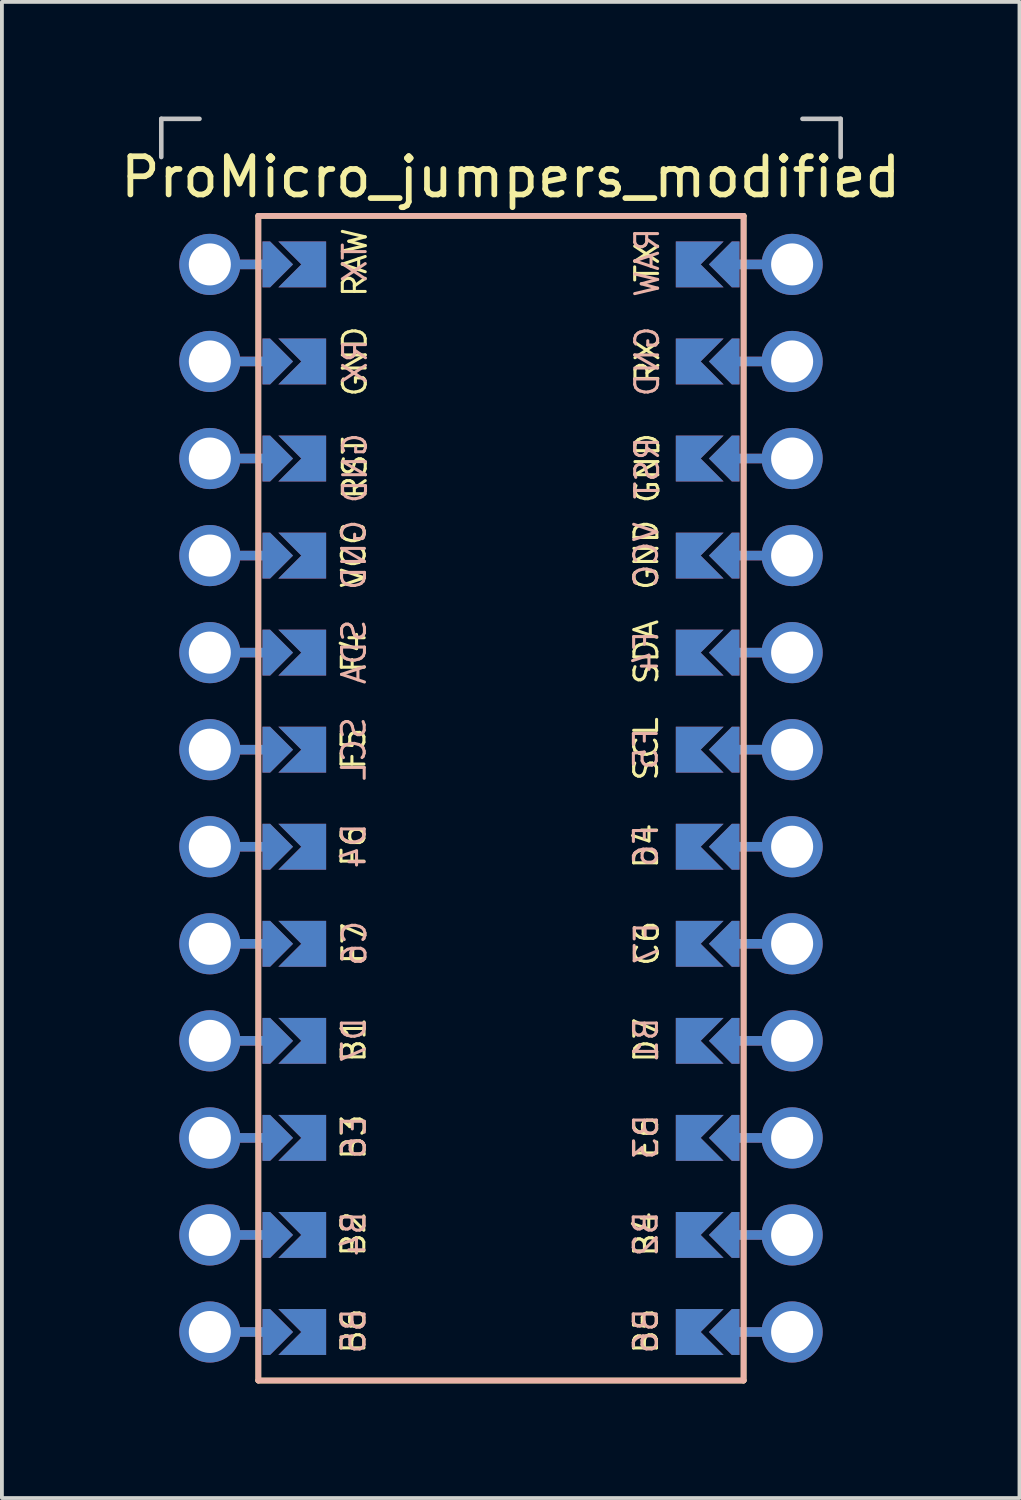
<source format=kicad_pcb>
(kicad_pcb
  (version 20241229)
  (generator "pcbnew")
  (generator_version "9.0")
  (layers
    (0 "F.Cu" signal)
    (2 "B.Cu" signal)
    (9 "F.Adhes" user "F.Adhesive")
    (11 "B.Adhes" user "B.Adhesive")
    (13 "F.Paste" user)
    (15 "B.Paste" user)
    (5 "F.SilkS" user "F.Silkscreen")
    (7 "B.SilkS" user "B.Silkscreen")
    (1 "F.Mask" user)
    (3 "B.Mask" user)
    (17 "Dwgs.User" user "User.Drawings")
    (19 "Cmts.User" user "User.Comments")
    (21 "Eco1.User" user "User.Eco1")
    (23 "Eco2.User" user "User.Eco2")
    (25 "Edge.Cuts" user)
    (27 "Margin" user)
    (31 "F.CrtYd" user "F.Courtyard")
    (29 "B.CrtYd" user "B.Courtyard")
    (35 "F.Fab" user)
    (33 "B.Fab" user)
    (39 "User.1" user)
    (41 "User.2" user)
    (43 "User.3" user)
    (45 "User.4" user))
  (footprint "ProMicro_jumpers_modified"
    (layer "F.Cu")
    (at 10.061 17.84)
    (property "Reference" "ProMicro_jumpers_modified" (at 0.254 -16.256 0) (layer "F.SilkS") (effects (font (size 1 1) (thickness 0.15))))
    (fp_poly (pts (xy -5.08 -14.478) (xy -5.08 -13.462) (xy -6.096 -13.462) (xy -6.096 -14.478)) (stroke (width 0.1) (type solid)) (fill yes) (layer "F.Mask"))
    (fp_poly (pts (xy -5.08 -11.938) (xy -5.08 -10.922) (xy -6.096 -10.922) (xy -6.096 -11.938)) (stroke (width 0.1) (type solid)) (fill yes) (layer "F.Mask"))
    (fp_poly (pts (xy -5.08 -9.398) (xy -5.08 -8.382) (xy -6.096 -8.382) (xy -6.096 -9.398)) (stroke (width 0.1) (type solid)) (fill yes) (layer "F.Mask"))
    (fp_poly (pts (xy -5.08 -6.858) (xy -5.08 -5.842) (xy -6.096 -5.842) (xy -6.096 -6.858)) (stroke (width 0.1) (type solid)) (fill yes) (layer "F.Mask"))
    (fp_poly (pts (xy -5.08 -4.318) (xy -5.08 -3.302) (xy -6.096 -3.302) (xy -6.096 -4.318)) (stroke (width 0.1) (type solid)) (fill yes) (layer "F.Mask"))
    (fp_poly (pts (xy -5.08 -1.778) (xy -5.08 -0.762) (xy -6.096 -0.762) (xy -6.096 -1.778)) (stroke (width 0.1) (type solid)) (fill yes) (layer "F.Mask"))
    (fp_poly (pts (xy -5.08 0.762) (xy -5.08 1.778) (xy -6.096 1.778) (xy -6.096 0.762)) (stroke (width 0.1) (type solid)) (fill yes) (layer "F.Mask"))
    (fp_poly (pts (xy -5.08 3.302) (xy -5.08 4.318) (xy -6.096 4.318) (xy -6.096 3.302)) (stroke (width 0.1) (type solid)) (fill yes) (layer "F.Mask"))
    (fp_poly (pts (xy -5.08 5.842) (xy -5.08 6.858) (xy -6.096 6.858) (xy -6.096 5.842)) (stroke (width 0.1) (type solid)) (fill yes) (layer "F.Mask"))
    (fp_poly (pts (xy -5.08 8.382) (xy -5.08 9.398) (xy -6.096 9.398) (xy -6.096 8.382)) (stroke (width 0.1) (type solid)) (fill yes) (layer "F.Mask"))
    (fp_poly (pts (xy -5.08 10.922) (xy -5.08 11.938) (xy -6.096 11.938) (xy -6.096 10.922)) (stroke (width 0.1) (type solid)) (fill yes) (layer "F.Mask"))
    (fp_poly (pts (xy -5.08 13.462) (xy -5.08 14.478) (xy -6.096 14.478) (xy -6.096 13.462)) (stroke (width 0.1) (type solid)) (fill yes) (layer "F.Mask"))
    (fp_poly (pts (xy 5.08 -13.462) (xy 5.08 -14.478) (xy 6.096 -14.478) (xy 6.096 -13.462)) (stroke (width 0.1) (type solid)) (fill yes) (layer "F.Mask"))
    (fp_poly (pts (xy 5.08 -10.922) (xy 5.08 -11.938) (xy 6.096 -11.938) (xy 6.096 -10.922)) (stroke (width 0.1) (type solid)) (fill yes) (layer "F.Mask"))
    (fp_poly (pts (xy 5.08 -8.382) (xy 5.08 -9.398) (xy 6.096 -9.398) (xy 6.096 -8.382)) (stroke (width 0.1) (type solid)) (fill yes) (layer "F.Mask"))
    (fp_poly (pts (xy 5.08 -5.842) (xy 5.08 -6.858) (xy 6.096 -6.858) (xy 6.096 -5.842)) (stroke (width 0.1) (type solid)) (fill yes) (layer "F.Mask"))
    (fp_poly (pts (xy 5.08 -3.302) (xy 5.08 -4.318) (xy 6.096 -4.318) (xy 6.096 -3.302)) (stroke (width 0.1) (type solid)) (fill yes) (layer "F.Mask"))
    (fp_poly (pts (xy 5.08 -0.762) (xy 5.08 -1.778) (xy 6.096 -1.778) (xy 6.096 -0.762)) (stroke (width 0.1) (type solid)) (fill yes) (layer "F.Mask"))
    (fp_poly (pts (xy 5.08 1.778) (xy 5.08 0.762) (xy 6.096 0.762) (xy 6.096 1.778)) (stroke (width 0.1) (type solid)) (fill yes) (layer "F.Mask"))
    (fp_poly (pts (xy 5.08 4.318) (xy 5.08 3.302) (xy 6.096 3.302) (xy 6.096 4.318)) (stroke (width 0.1) (type solid)) (fill yes) (layer "F.Mask"))
    (fp_poly (pts (xy 5.08 6.858) (xy 5.08 5.842) (xy 6.096 5.842) (xy 6.096 6.858)) (stroke (width 0.1) (type solid)) (fill yes) (layer "F.Mask"))
    (fp_poly (pts (xy 5.08 9.398) (xy 5.08 8.382) (xy 6.096 8.382) (xy 6.096 9.398)) (stroke (width 0.1) (type solid)) (fill yes) (layer "F.Mask"))
    (fp_poly (pts (xy 5.08 11.938) (xy 5.08 10.922) (xy 6.096 10.922) (xy 6.096 11.938)) (stroke (width 0.1) (type solid)) (fill yes) (layer "F.Mask"))
    (fp_poly (pts (xy 5.08 14.478) (xy 5.08 13.462) (xy 6.096 13.462) (xy 6.096 14.478)) (stroke (width 0.1) (type solid)) (fill yes) (layer "F.Mask"))
    (fp_poly (pts (xy -5.08 -14.478) (xy -5.08 -13.462) (xy -6.096 -13.462) (xy -6.096 -14.478)) (stroke (width 0.1) (type solid)) (fill yes) (layer "B.Mask"))
    (fp_poly (pts (xy -5.08 -11.938) (xy -5.08 -10.922) (xy -6.096 -10.922) (xy -6.096 -11.938)) (stroke (width 0.1) (type solid)) (fill yes) (layer "B.Mask"))
    (fp_poly (pts (xy -5.08 -9.398) (xy -5.08 -8.382) (xy -6.096 -8.382) (xy -6.096 -9.398)) (stroke (width 0.1) (type solid)) (fill yes) (layer "B.Mask"))
    (fp_poly (pts (xy -5.08 -6.858) (xy -5.08 -5.842) (xy -6.096 -5.842) (xy -6.096 -6.858)) (stroke (width 0.1) (type solid)) (fill yes) (layer "B.Mask"))
    (fp_poly (pts (xy -5.08 -4.318) (xy -5.08 -3.302) (xy -6.096 -3.302) (xy -6.096 -4.318)) (stroke (width 0.1) (type solid)) (fill yes) (layer "B.Mask"))
    (fp_poly (pts (xy -5.08 -1.778) (xy -5.08 -0.762) (xy -6.096 -0.762) (xy -6.096 -1.778)) (stroke (width 0.1) (type solid)) (fill yes) (layer "B.Mask"))
    (fp_poly (pts (xy -5.08 0.762) (xy -5.08 1.778) (xy -6.096 1.778) (xy -6.096 0.762)) (stroke (width 0.1) (type solid)) (fill yes) (layer "B.Mask"))
    (fp_poly (pts (xy -5.08 3.302) (xy -5.08 4.318) (xy -6.096 4.318) (xy -6.096 3.302)) (stroke (width 0.1) (type solid)) (fill yes) (layer "B.Mask"))
    (fp_poly (pts (xy -5.08 5.842) (xy -5.08 6.858) (xy -6.096 6.858) (xy -6.096 5.842)) (stroke (width 0.1) (type solid)) (fill yes) (layer "B.Mask"))
    (fp_poly (pts (xy -5.08 8.382) (xy -5.08 9.398) (xy -6.096 9.398) (xy -6.096 8.382)) (stroke (width 0.1) (type solid)) (fill yes) (layer "B.Mask"))
    (fp_poly (pts (xy -5.08 10.922) (xy -5.08 11.938) (xy -6.096 11.938) (xy -6.096 10.922)) (stroke (width 0.1) (type solid)) (fill yes) (layer "B.Mask"))
    (fp_poly (pts (xy -5.08 13.462) (xy -5.08 14.478) (xy -6.096 14.478) (xy -6.096 13.462)) (stroke (width 0.1) (type solid)) (fill yes) (layer "B.Mask"))
    (fp_poly (pts (xy 5.08 -13.462) (xy 5.08 -14.478) (xy 6.096 -14.478) (xy 6.096 -13.462)) (stroke (width 0.1) (type solid)) (fill yes) (layer "B.Mask"))
    (fp_poly (pts (xy 5.08 -10.922) (xy 5.08 -11.938) (xy 6.096 -11.938) (xy 6.096 -10.922)) (stroke (width 0.1) (type solid)) (fill yes) (layer "B.Mask"))
    (fp_poly (pts (xy 5.08 -8.382) (xy 5.08 -9.398) (xy 6.096 -9.398) (xy 6.096 -8.382)) (stroke (width 0.1) (type solid)) (fill yes) (layer "B.Mask"))
    (fp_poly (pts (xy 5.08 -5.842) (xy 5.08 -6.858) (xy 6.096 -6.858) (xy 6.096 -5.842)) (stroke (width 0.1) (type solid)) (fill yes) (layer "B.Mask"))
    (fp_poly (pts (xy 5.08 -3.302) (xy 5.08 -4.318) (xy 6.096 -4.318) (xy 6.096 -3.302)) (stroke (width 0.1) (type solid)) (fill yes) (layer "B.Mask"))
    (fp_poly (pts (xy 5.08 -0.762) (xy 5.08 -1.778) (xy 6.096 -1.778) (xy 6.096 -0.762)) (stroke (width 0.1) (type solid)) (fill yes) (layer "B.Mask"))
    (fp_poly (pts (xy 5.08 1.778) (xy 5.08 0.762) (xy 6.096 0.762) (xy 6.096 1.778)) (stroke (width 0.1) (type solid)) (fill yes) (layer "B.Mask"))
    (fp_poly (pts (xy 5.08 4.318) (xy 5.08 3.302) (xy 6.096 3.302) (xy 6.096 4.318)) (stroke (width 0.1) (type solid)) (fill yes) (layer "B.Mask"))
    (fp_poly (pts (xy 5.08 6.858) (xy 5.08 5.842) (xy 6.096 5.842) (xy 6.096 6.858)) (stroke (width 0.1) (type solid)) (fill yes) (layer "B.Mask"))
    (fp_poly (pts (xy 5.08 9.398) (xy 5.08 8.382) (xy 6.096 8.382) (xy 6.096 9.398)) (stroke (width 0.1) (type solid)) (fill yes) (layer "B.Mask"))
    (fp_poly (pts (xy 5.08 11.938) (xy 5.08 10.922) (xy 6.096 10.922) (xy 6.096 11.938)) (stroke (width 0.1) (type solid)) (fill yes) (layer "B.Mask"))
    (fp_poly (pts (xy 5.08 14.478) (xy 5.08 13.462) (xy 6.096 13.462) (xy 6.096 14.478)) (stroke (width 0.1) (type solid)) (fill yes) (layer "B.Mask"))
    (fp_line (start -6.35 -15.24) (end -6.35 15.24) (stroke (width 0.15) (type solid)) (layer "F.SilkS"))
    (fp_line (start -6.35 -15.24) (end 6.35 -15.24) (stroke (width 0.15) (type default)) (layer "F.SilkS"))
    (fp_line (start 6.35 -15.24) (end 6.35 15.24) (stroke (width 0.15) (type solid)) (layer "F.SilkS"))
    (fp_line (start 6.35 15.24) (end -6.35 15.24) (stroke (width 0.15) (type default)) (layer "F.SilkS"))
    (fp_line (start -6.35 -15.24) (end -6.35 15.24) (stroke (width 0.15) (type solid)) (layer "B.SilkS"))
    (fp_line (start -6.35 15.24) (end 6.35 15.24) (stroke (width 0.15) (type default)) (layer "B.SilkS"))
    (fp_line (start 6.35 -15.24) (end -6.35 -15.24) (stroke (width 0.15) (type default)) (layer "B.SilkS"))
    (fp_line (start 6.35 -15.24) (end 6.35 15.24) (stroke (width 0.15) (type solid)) (layer "B.SilkS"))
    (fp_line (start -8.89 -17.78) (end -8.89 -16.78) (stroke (width 0.12) (type solid)) (layer "Dwgs.User"))
    (fp_line (start -8.89 -17.78) (end -7.89 -17.78) (stroke (width 0.12) (type solid)) (layer "Dwgs.User"))
    (fp_line (start 8.89 -17.78) (end 7.89 -17.78) (stroke (width 0.12) (type solid)) (layer "Dwgs.User"))
    (fp_line (start 8.89 -17.78) (end 8.89 -16.78) (stroke (width 0.12) (type solid)) (layer "Dwgs.User"))
    (fp_text user "SDA" (at 3.806 -3.827 90) (layer "F.SilkS") (effects (font (size 0.6 0.6) (thickness 0.08))))
    (fp_text user "C6" (at 3.82 3.798 90) (layer "F.SilkS") (effects (font (size 0.6 0.6) (thickness 0.08))))
    (fp_text user "B6" (at -3.864 13.942 90) (layer "F.SilkS") (effects (font (size 0.6 0.6) (thickness 0.08))))
    (fp_text user "GND" (at 3.833 -8.638 90) (layer "F.SilkS") (effects (font (size 0.6 0.6) (thickness 0.08))))
    (fp_text user "TX" (at 3.826 -14.02 90) (layer "F.SilkS") (effects (font (size 0.6 0.6) (thickness 0.08))))
    (fp_text user "GND" (at 3.806 -6.367 90) (layer "F.SilkS") (effects (font (size 0.6 0.6) (thickness 0.08))))
    (fp_text user "VCC" (at -3.853 -6.369 90) (layer "F.SilkS") (effects (font (size 0.6 0.6) (thickness 0.08))))
    (fp_text user "F5" (at -3.86 -1.294 90) (layer "F.SilkS") (effects (font (size 0.6 0.6) (thickness 0.08))))
    (fp_text user "B4" (at 3.795 11.404 90) (layer "F.SilkS") (effects (font (size 0.6 0.6) (thickness 0.08))))
    (fp_text user "F4" (at -3.853 -3.829 90) (layer "F.SilkS") (effects (font (size 0.6 0.6) (thickness 0.08))))
    (fp_text user "RAW" (at -3.826 -14.02 90) (layer "F.SilkS") (effects (font (size 0.6 0.6) (thickness 0.08))))
    (fp_text user "E6" (at 3.802 8.869 90) (layer "F.SilkS") (effects (font (size 0.6 0.6) (thickness 0.08))))
    (fp_text user "GND" (at -3.826 -11.43 90) (layer "F.SilkS") (effects (font (size 0.6 0.6) (thickness 0.08))))
    (fp_text user "SCL" (at 3.799 -1.292 90) (layer "F.SilkS") (effects (font (size 0.6 0.6) (thickness 0.08))))
    (fp_text user "F6" (at -3.86 1.246 90) (layer "F.SilkS") (effects (font (size 0.6 0.6) (thickness 0.08))))
    (fp_text user "RX" (at 3.833 -11.428 90) (layer "F.SilkS") (effects (font (size 0.6 0.6) (thickness 0.08))))
    (fp_text user "B1" (at -3.857 6.327 90) (layer "F.SilkS") (effects (font (size 0.6 0.6) (thickness 0.08))))
    (fp_text user "F7" (at -3.839 3.797 90) (layer "F.SilkS") (effects (font (size 0.6 0.6) (thickness 0.08))))
    (fp_text user "D4" (at 3.799 1.248 90) (layer "F.SilkS") (effects (font (size 0.6 0.6) (thickness 0.08))))
    (fp_text user "B2" (at -3.864 11.402 90) (layer "F.SilkS") (effects (font (size 0.6 0.6) (thickness 0.08))))
    (fp_text user "B5" (at 3.795 13.944 90) (layer "F.SilkS") (effects (font (size 0.6 0.6) (thickness 0.08))))
    (fp_text user "D7" (at 3.802 6.329 90) (layer "F.SilkS") (effects (font (size 0.6 0.6) (thickness 0.08))))
    (fp_text user "B3" (at -3.857 8.867 90) (layer "F.SilkS") (effects (font (size 0.6 0.6) (thickness 0.08))))
    (fp_text user "RST" (at -3.826 -8.64 90) (layer "F.SilkS") (effects (font (size 0.6 0.6) (thickness 0.08))))
    (fp_text user "F4" (at 3.799 -3.829 90) (layer "B.SilkS") (effects (font (size 0.6 0.6) (thickness 0.08)) (justify mirror)))
    (fp_text user "GND" (at 3.826 -11.43 90) (layer "B.SilkS") (effects (font (size 0.6 0.6) (thickness 0.08)) (justify mirror)))
    (fp_text user "SCL" (at -3.853 -1.292 90) (layer "B.SilkS") (effects (font (size 0.6 0.6) (thickness 0.08)) (justify mirror)))
    (fp_text user "F6" (at 3.792 1.246 90) (layer "B.SilkS") (effects (font (size 0.6 0.6) (thickness 0.08)) (justify mirror)))
    (fp_text user "B1" (at 3.795 6.327 90) (layer "B.SilkS") (effects (font (size 0.6 0.6) (thickness 0.08)) (justify mirror)))
    (fp_text user "F5" (at 3.792 -1.294 90) (layer "B.SilkS") (effects (font (size 0.6 0.6) (thickness 0.08)) (justify mirror)))
    (fp_text user "E6" (at -3.85 8.869 90) (layer "B.SilkS") (effects (font (size 0.6 0.6) (thickness 0.08)) (justify mirror)))
    (fp_text user "C6" (at -3.832 3.798 90) (layer "B.SilkS") (effects (font (size 0.6 0.6) (thickness 0.08)) (justify mirror)))
    (fp_text user "RX" (at -3.819 -11.428 90) (layer "B.SilkS") (effects (font (size 0.6 0.6) (thickness 0.08)) (justify mirror)))
    (fp_text user "F7" (at 3.813 3.797 90) (layer "B.SilkS") (effects (font (size 0.6 0.6) (thickness 0.08)) (justify mirror)))
    (fp_text user "B2" (at 3.788 11.402 90) (layer "B.SilkS") (effects (font (size 0.6 0.6) (thickness 0.08)) (justify mirror)))
    (fp_text user "GND" (at -3.846 -6.367 90) (layer "B.SilkS") (effects (font (size 0.6 0.6) (thickness 0.08)) (justify mirror)))
    (fp_text user "D4" (at -3.853 1.248 90) (layer "B.SilkS") (effects (font (size 0.6 0.6) (thickness 0.08)) (justify mirror)))
    (fp_text user "SDA" (at -3.846 -3.827 90) (layer "B.SilkS") (effects (font (size 0.6 0.6) (thickness 0.08)) (justify mirror)))
    (fp_text user "TX" (at -3.826 -14.02 90) (layer "B.SilkS") (effects (font (size 0.6 0.6) (thickness 0.08)) (justify mirror)))
    (fp_text user "GND" (at -3.819 -8.638 90) (layer "B.SilkS") (effects (font (size 0.6 0.6) (thickness 0.08)) (justify mirror)))
    (fp_text user "D7" (at -3.85 6.329 90) (layer "B.SilkS") (effects (font (size 0.6 0.6) (thickness 0.08)) (justify mirror)))
    (fp_text user "RAW" (at 3.826 -14.02 90) (layer "B.SilkS") (effects (font (size 0.6 0.6) (thickness 0.08)) (justify mirror)))
    (fp_text user "RST" (at 3.826 -8.64 90) (layer "B.SilkS") (effects (font (size 0.6 0.6) (thickness 0.08)) (justify mirror)))
    (fp_text user "B5" (at -3.857 13.944 90) (layer "B.SilkS") (effects (font (size 0.6 0.6) (thickness 0.08)) (justify mirror)))
    (fp_text user "VCC" (at 3.799 -6.369 90) (layer "B.SilkS") (effects (font (size 0.6 0.6) (thickness 0.08)) (justify mirror)))
    (fp_text user "B3" (at 3.795 8.867 90) (layer "B.SilkS") (effects (font (size 0.6 0.6) (thickness 0.08)) (justify mirror)))
    (fp_text user "B6" (at 3.788 13.942 90) (layer "B.SilkS") (effects (font (size 0.6 0.6) (thickness 0.08)) (justify mirror)))
    (fp_text user "B4" (at -3.857 11.404 90) (layer "B.SilkS") (effects (font (size 0.6 0.6) (thickness 0.08)) (justify mirror)))
    (pad "" thru_hole circle (at -7.62 -13.97 270) (size 1.6 1.6) (drill 1.1) (layers "*.Cu" "*.Mask"))
    (pad "" thru_hole circle (at -7.62 -11.43 270) (size 1.6 1.6) (drill 1.1) (layers "*.Cu" "*.Mask"))
    (pad "" thru_hole circle (at -7.62 -8.89 270) (size 1.6 1.6) (drill 1.1) (layers "*.Cu" "*.Mask"))
    (pad "" thru_hole circle (at -7.62 -6.35 270) (size 1.6 1.6) (drill 1.1) (layers "*.Cu" "*.Mask"))
    (pad "" thru_hole circle (at -7.62 -3.81 270) (size 1.6 1.6) (drill 1.1) (layers "*.Cu" "*.Mask"))
    (pad "" thru_hole circle (at -7.62 -1.27 270) (size 1.6 1.6) (drill 1.1) (layers "*.Cu" "*.Mask"))
    (pad "" thru_hole circle (at -7.62 1.27 270) (size 1.6 1.6) (drill 1.1) (layers "*.Cu" "*.Mask"))
    (pad "" thru_hole circle (at -7.62 3.81 270) (size 1.6 1.6) (drill 1.1) (layers "*.Cu" "*.Mask"))
    (pad "" thru_hole circle (at -7.62 6.35 270) (size 1.6 1.6) (drill 1.1) (layers "*.Cu" "*.Mask"))
    (pad "" thru_hole circle (at -7.62 8.89 270) (size 1.6 1.6) (drill 1.1) (layers "*.Cu" "*.Mask"))
    (pad "" thru_hole circle (at -7.62 11.43 270) (size 1.6 1.6) (drill 1.1) (layers "*.Cu" "*.Mask"))
    (pad "" thru_hole circle (at -7.62 13.97 270) (size 1.6 1.6) (drill 1.1) (layers "*.Cu" "*.Mask"))
    (pad "" smd custom (at -6.35 -13.97 90) (size 0.25 1) (layers "F.Cu") (options (anchor rect)) (primitives))
    (pad "" smd custom (at -6.35 -13.97 90) (size 0.25 1) (layers "B.Cu") (options (anchor rect)) (primitives))
    (pad "" smd custom (at -6.35 -11.43 90) (size 0.25 1) (layers "F.Cu") (options (anchor rect)) (primitives))
    (pad "" smd custom (at -6.35 -11.43 90) (size 0.25 1) (layers "B.Cu") (options (anchor rect)) (primitives))
    (pad "" smd custom (at -6.35 -8.89 90) (size 0.25 1) (layers "F.Cu") (options (anchor rect)) (primitives))
    (pad "" smd custom (at -6.35 -8.89 90) (size 0.25 1) (layers "B.Cu") (options (anchor rect)) (primitives))
    (pad "" smd custom (at -6.35 -6.35 90) (size 0.25 1) (layers "F.Cu") (options (anchor rect)) (primitives))
    (pad "" smd custom (at -6.35 -6.35 90) (size 0.25 1) (layers "B.Cu") (options (anchor rect)) (primitives))
    (pad "" smd custom (at -6.35 -3.81 90) (size 0.25 1) (layers "F.Cu") (options (anchor rect)) (primitives))
    (pad "" smd custom (at -6.35 -3.81 90) (size 0.25 1) (layers "B.Cu") (options (anchor rect)) (primitives))
    (pad "" smd custom (at -6.35 -1.27 90) (size 0.25 1) (layers "F.Cu") (options (anchor rect)) (primitives))
    (pad "" smd custom (at -6.35 -1.27 90) (size 0.25 1) (layers "B.Cu") (options (anchor rect)) (primitives))
    (pad "" smd custom (at -6.35 1.27 90) (size 0.25 1) (layers "F.Cu") (options (anchor rect)) (primitives))
    (pad "" smd custom (at -6.35 1.27 90) (size 0.25 1) (layers "B.Cu") (options (anchor rect)) (primitives))
    (pad "" smd custom (at -6.35 3.81 90) (size 0.25 1) (layers "F.Cu") (options (anchor rect)) (primitives))
    (pad "" smd custom (at -6.35 3.81 90) (size 0.25 1) (layers "B.Cu") (options (anchor rect)) (primitives))
    (pad "" smd custom (at -6.35 6.35 90) (size 0.25 1) (layers "F.Cu") (options (anchor rect)) (primitives))
    (pad "" smd custom (at -6.35 6.35 90) (size 0.25 1) (layers "B.Cu") (options (anchor rect)) (primitives))
    (pad "" smd custom (at -6.35 8.89 90) (size 0.25 1) (layers "F.Cu") (options (anchor rect)) (primitives))
    (pad "" smd custom (at -6.35 8.89 90) (size 0.25 1) (layers "B.Cu") (options (anchor rect)) (primitives))
    (pad "" smd custom (at -6.35 11.43 90) (size 0.25 1) (layers "F.Cu") (options (anchor rect)) (primitives))
    (pad "" smd custom (at -6.35 11.43 90) (size 0.25 1) (layers "B.Cu") (options (anchor rect)) (primitives))
    (pad "" smd custom (at -6.35 13.97 90) (size 0.25 1) (layers "F.Cu") (options (anchor rect)) (primitives))
    (pad "" smd custom (at -6.35 13.97 90) (size 0.25 1) (layers "B.Cu") (options (anchor rect)) (primitives))
    (pad "" smd custom (at -5.842 -13.97 90) (size 0.1 0.1) (layers "F.Cu" "F.Mask") (options (anchor rect)) (primitives (gr_poly (pts (xy 0.6 -0.2) (xy 0 0.4) (xy -0.6 -0.2) (xy -0.6 -0.4) (xy 0.6 -0.4)) (width 0) (fill yes))))
    (pad "" smd custom (at -5.842 -13.97 90) (size 0.1 0.1) (layers "B.Cu" "B.Mask") (options (anchor rect)) (primitives (gr_poly (pts (xy 0.6 -0.2) (xy 0 0.4) (xy -0.6 -0.2) (xy -0.6 -0.4) (xy 0.6 -0.4)) (width 0) (fill yes))))
    (pad "" smd custom (at -5.842 -11.43 90) (size 0.1 0.1) (layers "F.Cu" "F.Mask") (options (anchor rect)) (primitives (gr_poly (pts (xy 0.6 -0.2) (xy 0 0.4) (xy -0.6 -0.2) (xy -0.6 -0.4) (xy 0.6 -0.4)) (width 0) (fill yes))))
    (pad "" smd custom (at -5.842 -11.43 90) (size 0.1 0.1) (layers "B.Cu" "B.Mask") (options (anchor rect)) (primitives (gr_poly (pts (xy 0.6 -0.2) (xy 0 0.4) (xy -0.6 -0.2) (xy -0.6 -0.4) (xy 0.6 -0.4)) (width 0) (fill yes))))
    (pad "" smd custom (at -5.842 -8.89 90) (size 0.1 0.1) (layers "F.Cu" "F.Mask") (options (anchor rect)) (primitives (gr_poly (pts (xy 0.6 -0.2) (xy 0 0.4) (xy -0.6 -0.2) (xy -0.6 -0.4) (xy 0.6 -0.4)) (width 0) (fill yes))))
    (pad "" smd custom (at -5.842 -8.89 90) (size 0.1 0.1) (layers "B.Cu" "B.Mask") (options (anchor rect)) (primitives (gr_poly (pts (xy 0.6 -0.2) (xy 0 0.4) (xy -0.6 -0.2) (xy -0.6 -0.4) (xy 0.6 -0.4)) (width 0) (fill yes))))
    (pad "" smd custom (at -5.842 -6.35 90) (size 0.1 0.1) (layers "F.Cu" "F.Mask") (options (anchor rect)) (primitives (gr_poly (pts (xy 0.6 -0.2) (xy 0 0.4) (xy -0.6 -0.2) (xy -0.6 -0.4) (xy 0.6 -0.4)) (width 0) (fill yes))))
    (pad "" smd custom (at -5.842 -6.35 90) (size 0.1 0.1) (layers "B.Cu" "B.Mask") (options (anchor rect)) (primitives (gr_poly (pts (xy 0.6 -0.2) (xy 0 0.4) (xy -0.6 -0.2) (xy -0.6 -0.4) (xy 0.6 -0.4)) (width 0) (fill yes))))
    (pad "" smd custom (at -5.842 -3.81 90) (size 0.1 0.1) (layers "F.Cu" "F.Mask") (options (anchor rect)) (primitives (gr_poly (pts (xy 0.6 -0.2) (xy 0 0.4) (xy -0.6 -0.2) (xy -0.6 -0.4) (xy 0.6 -0.4)) (width 0) (fill yes))))
    (pad "" smd custom (at -5.842 -3.81 90) (size 0.1 0.1) (layers "B.Cu" "B.Mask") (options (anchor rect)) (primitives (gr_poly (pts (xy 0.6 -0.2) (xy 0 0.4) (xy -0.6 -0.2) (xy -0.6 -0.4) (xy 0.6 -0.4)) (width 0) (fill yes))))
    (pad "" smd custom (at -5.842 -1.27 90) (size 0.1 0.1) (layers "F.Cu" "F.Mask") (options (anchor rect)) (primitives (gr_poly (pts (xy 0.6 -0.2) (xy 0 0.4) (xy -0.6 -0.2) (xy -0.6 -0.4) (xy 0.6 -0.4)) (width 0) (fill yes))))
    (pad "" smd custom (at -5.842 -1.27 90) (size 0.1 0.1) (layers "B.Cu" "B.Mask") (options (anchor rect)) (primitives (gr_poly (pts (xy 0.6 -0.2) (xy 0 0.4) (xy -0.6 -0.2) (xy -0.6 -0.4) (xy 0.6 -0.4)) (width 0) (fill yes))))
    (pad "" smd custom (at -5.842 1.27 90) (size 0.1 0.1) (layers "F.Cu" "F.Mask") (options (anchor rect)) (primitives (gr_poly (pts (xy 0.6 -0.2) (xy 0 0.4) (xy -0.6 -0.2) (xy -0.6 -0.4) (xy 0.6 -0.4)) (width 0) (fill yes))))
    (pad "" smd custom (at -5.842 1.27 90) (size 0.1 0.1) (layers "B.Cu" "B.Mask") (options (anchor rect)) (primitives (gr_poly (pts (xy 0.6 -0.2) (xy 0 0.4) (xy -0.6 -0.2) (xy -0.6 -0.4) (xy 0.6 -0.4)) (width 0) (fill yes))))
    (pad "" smd custom (at -5.842 3.81 90) (size 0.1 0.1) (layers "F.Cu" "F.Mask") (options (anchor rect)) (primitives (gr_poly (pts (xy 0.6 -0.2) (xy 0 0.4) (xy -0.6 -0.2) (xy -0.6 -0.4) (xy 0.6 -0.4)) (width 0) (fill yes))))
    (pad "" smd custom (at -5.842 3.81 90) (size 0.1 0.1) (layers "B.Cu" "B.Mask") (options (anchor rect)) (primitives (gr_poly (pts (xy 0.6 -0.2) (xy 0 0.4) (xy -0.6 -0.2) (xy -0.6 -0.4) (xy 0.6 -0.4)) (width 0) (fill yes))))
    (pad "" smd custom (at -5.842 6.35 90) (size 0.1 0.1) (layers "F.Cu" "F.Mask") (options (anchor rect)) (primitives (gr_poly (pts (xy 0.6 -0.2) (xy 0 0.4) (xy -0.6 -0.2) (xy -0.6 -0.4) (xy 0.6 -0.4)) (width 0) (fill yes))))
    (pad "" smd custom (at -5.842 6.35 90) (size 0.1 0.1) (layers "B.Cu" "B.Mask") (options (anchor rect)) (primitives (gr_poly (pts (xy 0.6 -0.2) (xy 0 0.4) (xy -0.6 -0.2) (xy -0.6 -0.4) (xy 0.6 -0.4)) (width 0) (fill yes))))
    (pad "" smd custom (at -5.842 8.89 90) (size 0.1 0.1) (layers "F.Cu" "F.Mask") (options (anchor rect)) (primitives (gr_poly (pts (xy 0.6 -0.2) (xy 0 0.4) (xy -0.6 -0.2) (xy -0.6 -0.4) (xy 0.6 -0.4)) (width 0) (fill yes))))
    (pad "" smd custom (at -5.842 8.89 90) (size 0.1 0.1) (layers "B.Cu" "B.Mask") (options (anchor rect)) (primitives (gr_poly (pts (xy 0.6 -0.2) (xy 0 0.4) (xy -0.6 -0.2) (xy -0.6 -0.4) (xy 0.6 -0.4)) (width 0) (fill yes))))
    (pad "" smd custom (at -5.842 11.43 90) (size 0.1 0.1) (layers "F.Cu" "F.Mask") (options (anchor rect)) (primitives (gr_poly (pts (xy 0.6 -0.2) (xy 0 0.4) (xy -0.6 -0.2) (xy -0.6 -0.4) (xy 0.6 -0.4)) (width 0) (fill yes))))
    (pad "" smd custom (at -5.842 11.43 90) (size 0.1 0.1) (layers "B.Cu" "B.Mask") (options (anchor rect)) (primitives (gr_poly (pts (xy 0.6 -0.2) (xy 0 0.4) (xy -0.6 -0.2) (xy -0.6 -0.4) (xy 0.6 -0.4)) (width 0) (fill yes))))
    (pad "" smd custom (at -5.842 13.97 90) (size 0.1 0.1) (layers "F.Cu" "F.Mask") (options (anchor rect)) (primitives (gr_poly (pts (xy 0.6 -0.2) (xy 0 0.4) (xy -0.6 -0.2) (xy -0.6 -0.4) (xy 0.6 -0.4)) (width 0) (fill yes))))
    (pad "" smd custom (at -5.842 13.97 90) (size 0.1 0.1) (layers "B.Cu" "B.Mask") (options (anchor rect)) (primitives (gr_poly (pts (xy 0.6 -0.2) (xy 0 0.4) (xy -0.6 -0.2) (xy -0.6 -0.4) (xy 0.6 -0.4)) (width 0) (fill yes))))
    (pad "" smd custom (at 5.842 -13.97 270) (size 0.1 0.1) (layers "F.Cu" "F.Mask") (options (anchor rect)) (primitives (gr_poly (pts (xy 0.6 -0.2) (xy 0 0.4) (xy -0.6 -0.2) (xy -0.6 -0.4) (xy 0.6 -0.4)) (width 0) (fill yes))))
    (pad "" smd custom (at 5.842 -13.97 270) (size 0.1 0.1) (layers "B.Cu" "B.Mask") (options (anchor rect)) (primitives (gr_poly (pts (xy 0.6 -0.2) (xy 0 0.4) (xy -0.6 -0.2) (xy -0.6 -0.4) (xy 0.6 -0.4)) (width 0) (fill yes))))
    (pad "" smd custom (at 5.842 -11.43 270) (size 0.1 0.1) (layers "F.Cu" "F.Mask") (options (anchor rect)) (primitives (gr_poly (pts (xy 0.6 -0.2) (xy 0 0.4) (xy -0.6 -0.2) (xy -0.6 -0.4) (xy 0.6 -0.4)) (width 0) (fill yes))))
    (pad "" smd custom (at 5.842 -11.43 270) (size 0.1 0.1) (layers "B.Cu" "B.Mask") (options (anchor rect)) (primitives (gr_poly (pts (xy 0.6 -0.2) (xy 0 0.4) (xy -0.6 -0.2) (xy -0.6 -0.4) (xy 0.6 -0.4)) (width 0) (fill yes))))
    (pad "" smd custom (at 5.842 -8.89 270) (size 0.1 0.1) (layers "F.Cu" "F.Mask") (options (anchor rect)) (primitives (gr_poly (pts (xy 0.6 -0.2) (xy 0 0.4) (xy -0.6 -0.2) (xy -0.6 -0.4) (xy 0.6 -0.4)) (width 0) (fill yes))))
    (pad "" smd custom (at 5.842 -8.89 270) (size 0.1 0.1) (layers "B.Cu" "B.Mask") (options (anchor rect)) (primitives (gr_poly (pts (xy 0.6 -0.2) (xy 0 0.4) (xy -0.6 -0.2) (xy -0.6 -0.4) (xy 0.6 -0.4)) (width 0) (fill yes))))
    (pad "" smd custom (at 5.842 -6.35 270) (size 0.1 0.1) (layers "F.Cu" "F.Mask") (options (anchor rect)) (primitives (gr_poly (pts (xy 0.6 -0.2) (xy 0 0.4) (xy -0.6 -0.2) (xy -0.6 -0.4) (xy 0.6 -0.4)) (width 0) (fill yes))))
    (pad "" smd custom (at 5.842 -6.35 270) (size 0.1 0.1) (layers "B.Cu" "B.Mask") (options (anchor rect)) (primitives (gr_poly (pts (xy 0.6 -0.2) (xy 0 0.4) (xy -0.6 -0.2) (xy -0.6 -0.4) (xy 0.6 -0.4)) (width 0) (fill yes))))
    (pad "" smd custom (at 5.842 -3.81 270) (size 0.1 0.1) (layers "F.Cu" "F.Mask") (options (anchor rect)) (primitives (gr_poly (pts (xy 0.6 -0.2) (xy 0 0.4) (xy -0.6 -0.2) (xy -0.6 -0.4) (xy 0.6 -0.4)) (width 0) (fill yes))))
    (pad "" smd custom (at 5.842 -3.81 270) (size 0.1 0.1) (layers "B.Cu" "B.Mask") (options (anchor rect)) (primitives (gr_poly (pts (xy 0.6 -0.2) (xy 0 0.4) (xy -0.6 -0.2) (xy -0.6 -0.4) (xy 0.6 -0.4)) (width 0) (fill yes))))
    (pad "" smd custom (at 5.842 -1.27 270) (size 0.1 0.1) (layers "F.Cu" "F.Mask") (options (anchor rect)) (primitives (gr_poly (pts (xy 0.6 -0.2) (xy 0 0.4) (xy -0.6 -0.2) (xy -0.6 -0.4) (xy 0.6 -0.4)) (width 0) (fill yes))))
    (pad "" smd custom (at 5.842 -1.27 270) (size 0.1 0.1) (layers "B.Cu" "B.Mask") (options (anchor rect)) (primitives (gr_poly (pts (xy 0.6 -0.2) (xy 0 0.4) (xy -0.6 -0.2) (xy -0.6 -0.4) (xy 0.6 -0.4)) (width 0) (fill yes))))
    (pad "" smd custom (at 5.842 1.27 270) (size 0.1 0.1) (layers "F.Cu" "F.Mask") (options (anchor rect)) (primitives (gr_poly (pts (xy 0.6 -0.2) (xy 0 0.4) (xy -0.6 -0.2) (xy -0.6 -0.4) (xy 0.6 -0.4)) (width 0) (fill yes))))
    (pad "" smd custom (at 5.842 1.27 270) (size 0.1 0.1) (layers "B.Cu" "B.Mask") (options (anchor rect)) (primitives (gr_poly (pts (xy 0.6 -0.2) (xy 0 0.4) (xy -0.6 -0.2) (xy -0.6 -0.4) (xy 0.6 -0.4)) (width 0) (fill yes))))
    (pad "" smd custom (at 5.842 3.81 270) (size 0.1 0.1) (layers "F.Cu" "F.Mask") (options (anchor rect)) (primitives (gr_poly (pts (xy 0.6 -0.2) (xy 0 0.4) (xy -0.6 -0.2) (xy -0.6 -0.4) (xy 0.6 -0.4)) (width 0) (fill yes))))
    (pad "" smd custom (at 5.842 3.81 270) (size 0.1 0.1) (layers "B.Cu" "B.Mask") (options (anchor rect)) (primitives (gr_poly (pts (xy 0.6 -0.2) (xy 0 0.4) (xy -0.6 -0.2) (xy -0.6 -0.4) (xy 0.6 -0.4)) (width 0) (fill yes))))
    (pad "" smd custom (at 5.842 6.35 270) (size 0.1 0.1) (layers "F.Cu" "F.Mask") (options (anchor rect)) (primitives (gr_poly (pts (xy 0.6 -0.2) (xy 0 0.4) (xy -0.6 -0.2) (xy -0.6 -0.4) (xy 0.6 -0.4)) (width 0) (fill yes))))
    (pad "" smd custom (at 5.842 6.35 270) (size 0.1 0.1) (layers "B.Cu" "B.Mask") (options (anchor rect)) (primitives (gr_poly (pts (xy 0.6 -0.2) (xy 0 0.4) (xy -0.6 -0.2) (xy -0.6 -0.4) (xy 0.6 -0.4)) (width 0) (fill yes))))
    (pad "" smd custom (at 5.842 8.89 270) (size 0.1 0.1) (layers "F.Cu" "F.Mask") (options (anchor rect)) (primitives (gr_poly (pts (xy 0.6 -0.2) (xy 0 0.4) (xy -0.6 -0.2) (xy -0.6 -0.4) (xy 0.6 -0.4)) (width 0) (fill yes))))
    (pad "" smd custom (at 5.842 8.89 270) (size 0.1 0.1) (layers "B.Cu" "B.Mask") (options (anchor rect)) (primitives (gr_poly (pts (xy 0.6 -0.2) (xy 0 0.4) (xy -0.6 -0.2) (xy -0.6 -0.4) (xy 0.6 -0.4)) (width 0) (fill yes))))
    (pad "" smd custom (at 5.842 11.43 270) (size 0.1 0.1) (layers "F.Cu" "F.Mask") (options (anchor rect)) (primitives (gr_poly (pts (xy 0.6 -0.2) (xy 0 0.4) (xy -0.6 -0.2) (xy -0.6 -0.4) (xy 0.6 -0.4)) (width 0) (fill yes))))
    (pad "" smd custom (at 5.842 11.43 270) (size 0.1 0.1) (layers "B.Cu" "B.Mask") (options (anchor rect)) (primitives (gr_poly (pts (xy 0.6 -0.2) (xy 0 0.4) (xy -0.6 -0.2) (xy -0.6 -0.4) (xy 0.6 -0.4)) (width 0) (fill yes))))
    (pad "" smd custom (at 5.842 13.97 270) (size 0.1 0.1) (layers "F.Cu" "F.Mask") (options (anchor rect)) (primitives (gr_poly (pts (xy 0.6 -0.2) (xy 0 0.4) (xy -0.6 -0.2) (xy -0.6 -0.4) (xy 0.6 -0.4)) (width 0) (fill yes))))
    (pad "" smd custom (at 5.842 13.97 270) (size 0.1 0.1) (layers "B.Cu" "B.Mask") (options (anchor rect)) (primitives (gr_poly (pts (xy 0.6 -0.2) (xy 0 0.4) (xy -0.6 -0.2) (xy -0.6 -0.4) (xy 0.6 -0.4)) (width 0) (fill yes))))
    (pad "" smd custom (at 6.35 -13.97 270) (size 0.25 1) (layers "F.Cu") (options (anchor rect)) (primitives))
    (pad "" smd custom (at 6.35 -13.97 270) (size 0.25 1) (layers "B.Cu") (options (anchor rect)) (primitives))
    (pad "" smd custom (at 6.35 -11.43 270) (size 0.25 1) (layers "F.Cu") (options (anchor rect)) (primitives))
    (pad "" smd custom (at 6.35 -11.43 270) (size 0.25 1) (layers "B.Cu") (options (anchor rect)) (primitives))
    (pad "" smd custom (at 6.35 -8.89 270) (size 0.25 1) (layers "F.Cu") (options (anchor rect)) (primitives))
    (pad "" smd custom (at 6.35 -8.89 270) (size 0.25 1) (layers "B.Cu") (options (anchor rect)) (primitives))
    (pad "" smd custom (at 6.35 -6.35 270) (size 0.25 1) (layers "F.Cu") (options (anchor rect)) (primitives))
    (pad "" smd custom (at 6.35 -6.35 270) (size 0.25 1) (layers "B.Cu") (options (anchor rect)) (primitives))
    (pad "" smd custom (at 6.35 -3.81 270) (size 0.25 1) (layers "F.Cu") (options (anchor rect)) (primitives))
    (pad "" smd custom (at 6.35 -3.81 270) (size 0.25 1) (layers "B.Cu") (options (anchor rect)) (primitives))
    (pad "" smd custom (at 6.35 -1.27 270) (size 0.25 1) (layers "F.Cu") (options (anchor rect)) (primitives))
    (pad "" smd custom (at 6.35 -1.27 270) (size 0.25 1) (layers "B.Cu") (options (anchor rect)) (primitives))
    (pad "" smd custom (at 6.35 1.27 270) (size 0.25 1) (layers "F.Cu") (options (anchor rect)) (primitives))
    (pad "" smd custom (at 6.35 1.27 270) (size 0.25 1) (layers "B.Cu") (options (anchor rect)) (primitives))
    (pad "" smd custom (at 6.35 3.81 270) (size 0.25 1) (layers "F.Cu") (options (anchor rect)) (primitives))
    (pad "" smd custom (at 6.35 3.81 270) (size 0.25 1) (layers "B.Cu") (options (anchor rect)) (primitives))
    (pad "" smd custom (at 6.35 6.35 270) (size 0.25 1) (layers "F.Cu") (options (anchor rect)) (primitives))
    (pad "" smd custom (at 6.35 6.35 270) (size 0.25 1) (layers "B.Cu") (options (anchor rect)) (primitives))
    (pad "" smd custom (at 6.35 8.89 270) (size 0.25 1) (layers "F.Cu") (options (anchor rect)) (primitives))
    (pad "" smd custom (at 6.35 8.89 270) (size 0.25 1) (layers "B.Cu") (options (anchor rect)) (primitives))
    (pad "" smd custom (at 6.35 11.43 270) (size 0.25 1) (layers "F.Cu") (options (anchor rect)) (primitives))
    (pad "" smd custom (at 6.35 11.43 270) (size 0.25 1) (layers "B.Cu") (options (anchor rect)) (primitives))
    (pad "" smd custom (at 6.35 13.97 270) (size 0.25 1) (layers "F.Cu") (options (anchor rect)) (primitives))
    (pad "" smd custom (at 6.35 13.97 270) (size 0.25 1) (layers "B.Cu") (options (anchor rect)) (primitives))
    (pad "" thru_hole circle (at 7.62 -13.97 270) (size 1.6 1.6) (drill 1.1) (layers "*.Cu" "*.Mask"))
    (pad "" thru_hole circle (at 7.62 -11.43 270) (size 1.6 1.6) (drill 1.1) (layers "*.Cu" "*.Mask"))
    (pad "" thru_hole circle (at 7.62 -8.89 270) (size 1.6 1.6) (drill 1.1) (layers "*.Cu" "*.Mask"))
    (pad "" thru_hole circle (at 7.62 -6.35 270) (size 1.6 1.6) (drill 1.1) (layers "*.Cu" "*.Mask"))
    (pad "" thru_hole circle (at 7.62 -3.81 270) (size 1.6 1.6) (drill 1.1) (layers "*.Cu" "*.Mask"))
    (pad "" thru_hole circle (at 7.62 -1.27 270) (size 1.6 1.6) (drill 1.1) (layers "*.Cu" "*.Mask"))
    (pad "" thru_hole circle (at 7.62 1.27 270) (size 1.6 1.6) (drill 1.1) (layers "*.Cu" "*.Mask"))
    (pad "" thru_hole circle (at 7.62 3.81 270) (size 1.6 1.6) (drill 1.1) (layers "*.Cu" "*.Mask"))
    (pad "" thru_hole circle (at 7.62 6.35 270) (size 1.6 1.6) (drill 1.1) (layers "*.Cu" "*.Mask"))
    (pad "" thru_hole circle (at 7.62 8.89 270) (size 1.6 1.6) (drill 1.1) (layers "*.Cu" "*.Mask"))
    (pad "" thru_hole circle (at 7.62 11.43 270) (size 1.6 1.6) (drill 1.1) (layers "*.Cu" "*.Mask"))
    (pad "" thru_hole circle (at 7.62 13.97 270) (size 1.6 1.6) (drill 1.1) (layers "*.Cu" "*.Mask"))
    (pad "1" smd custom (at -4.826 -13.97 90) (size 1.2 0.5) (layers "B.Cu" "B.Mask") (options (anchor rect)) (primitives (gr_poly (pts (xy 0.6 0) (xy -0.6 0) (xy -0.6 -1) (xy 0 -0.4) (xy 0.6 -1)) (width 0) (fill yes))))
    (pad "1" smd custom (at 4.826 -13.97 270) (size 1.2 0.5) (layers "F.Cu" "F.Mask") (options (anchor rect)) (primitives (gr_poly (pts (xy 0.6 0) (xy -0.6 0) (xy -0.6 -1) (xy 0 -0.4) (xy 0.6 -1)) (width 0) (fill yes))))
    (pad "2" smd custom (at -4.826 -11.43 90) (size 1.2 0.5) (layers "B.Cu" "B.Mask") (options (anchor rect)) (primitives (gr_poly (pts (xy 0.6 0) (xy -0.6 0) (xy -0.6 -1) (xy 0 -0.4) (xy 0.6 -1)) (width 0) (fill yes))))
    (pad "2" smd custom (at 4.826 -11.43 270) (size 1.2 0.5) (layers "F.Cu" "F.Mask") (options (anchor rect)) (primitives (gr_poly (pts (xy 0.6 0) (xy -0.6 0) (xy -0.6 -1) (xy 0 -0.4) (xy 0.6 -1)) (width 0) (fill yes))))
    (pad "3" smd custom (at -4.826 -8.89 90) (size 1.2 0.5) (layers "B.Cu" "B.Mask") (options (anchor rect)) (primitives (gr_poly (pts (xy 0.6 0) (xy -0.6 0) (xy -0.6 -1) (xy 0 -0.4) (xy 0.6 -1)) (width 0) (fill yes))))
    (pad "3" smd custom (at 4.826 -8.89 270) (size 1.2 0.5) (layers "F.Cu" "F.Mask") (options (anchor rect)) (primitives (gr_poly (pts (xy 0.6 0) (xy -0.6 0) (xy -0.6 -1) (xy 0 -0.4) (xy 0.6 -1)) (width 0) (fill yes))))
    (pad "4" smd custom (at -4.826 -6.35 90) (size 1.2 0.5) (layers "B.Cu" "B.Mask") (options (anchor rect)) (primitives (gr_poly (pts (xy 0.6 0) (xy -0.6 0) (xy -0.6 -1) (xy 0 -0.4) (xy 0.6 -1)) (width 0) (fill yes))))
    (pad "4" smd custom (at 4.826 -6.35 270) (size 1.2 0.5) (layers "F.Cu" "F.Mask") (options (anchor rect)) (primitives (gr_poly (pts (xy 0.6 0) (xy -0.6 0) (xy -0.6 -1) (xy 0 -0.4) (xy 0.6 -1)) (width 0) (fill yes))))
    (pad "5" smd custom (at -4.826 -3.81 90) (size 1.2 0.5) (layers "B.Cu" "B.Mask") (options (anchor rect)) (primitives (gr_poly (pts (xy 0.6 0) (xy -0.6 0) (xy -0.6 -1) (xy 0 -0.4) (xy 0.6 -1)) (width 0) (fill yes))))
    (pad "5" smd custom (at 4.826 -3.81 270) (size 1.2 0.5) (layers "F.Cu" "F.Mask") (options (anchor rect)) (primitives (gr_poly (pts (xy 0.6 0) (xy -0.6 0) (xy -0.6 -1) (xy 0 -0.4) (xy 0.6 -1)) (width 0) (fill yes))))
    (pad "6" smd custom (at -4.826 -1.27 90) (size 1.2 0.5) (layers "B.Cu" "B.Mask") (options (anchor rect)) (primitives (gr_poly (pts (xy 0.6 0) (xy -0.6 0) (xy -0.6 -1) (xy 0 -0.4) (xy 0.6 -1)) (width 0) (fill yes))))
    (pad "6" smd custom (at 4.826 -1.27 270) (size 1.2 0.5) (layers "F.Cu" "F.Mask") (options (anchor rect)) (primitives (gr_poly (pts (xy 0.6 0) (xy -0.6 0) (xy -0.6 -1) (xy 0 -0.4) (xy 0.6 -1)) (width 0) (fill yes))))
    (pad "7" smd custom (at -4.826 1.27 90) (size 1.2 0.5) (layers "B.Cu" "B.Mask") (options (anchor rect)) (primitives (gr_poly (pts (xy 0.6 0) (xy -0.6 0) (xy -0.6 -1) (xy 0 -0.4) (xy 0.6 -1)) (width 0) (fill yes))))
    (pad "7" smd custom (at 4.826 1.27 270) (size 1.2 0.5) (layers "F.Cu" "F.Mask") (options (anchor rect)) (primitives (gr_poly (pts (xy 0.6 0) (xy -0.6 0) (xy -0.6 -1) (xy 0 -0.4) (xy 0.6 -1)) (width 0) (fill yes))))
    (pad "8" smd custom (at -4.826 3.81 90) (size 1.2 0.5) (layers "B.Cu" "B.Mask") (options (anchor rect)) (primitives (gr_poly (pts (xy 0.6 0) (xy -0.6 0) (xy -0.6 -1) (xy 0 -0.4) (xy 0.6 -1)) (width 0) (fill yes))))
    (pad "8" smd custom (at 4.826 3.81 270) (size 1.2 0.5) (layers "F.Cu" "F.Mask") (options (anchor rect)) (primitives (gr_poly (pts (xy 0.6 0) (xy -0.6 0) (xy -0.6 -1) (xy 0 -0.4) (xy 0.6 -1)) (width 0) (fill yes))))
    (pad "9" smd custom (at -4.826 6.35 90) (size 1.2 0.5) (layers "B.Cu" "B.Mask") (options (anchor rect)) (primitives (gr_poly (pts (xy 0.6 0) (xy -0.6 0) (xy -0.6 -1) (xy 0 -0.4) (xy 0.6 -1)) (width 0) (fill yes))))
    (pad "9" smd custom (at 4.826 6.35 270) (size 1.2 0.5) (layers "F.Cu" "F.Mask") (options (anchor rect)) (primitives (gr_poly (pts (xy 0.6 0) (xy -0.6 0) (xy -0.6 -1) (xy 0 -0.4) (xy 0.6 -1)) (width 0) (fill yes))))
    (pad "10" smd custom (at -4.826 8.89 90) (size 1.2 0.5) (layers "B.Cu" "B.Mask") (options (anchor rect)) (primitives (gr_poly (pts (xy 0.6 0) (xy -0.6 0) (xy -0.6 -1) (xy 0 -0.4) (xy 0.6 -1)) (width 0) (fill yes))))
    (pad "10" smd custom (at 4.826 8.89 270) (size 1.2 0.5) (layers "F.Cu" "F.Mask") (options (anchor rect)) (primitives (gr_poly (pts (xy 0.6 0) (xy -0.6 0) (xy -0.6 -1) (xy 0 -0.4) (xy 0.6 -1)) (width 0) (fill yes))))
    (pad "11" smd custom (at -4.826 11.43 90) (size 1.2 0.5) (layers "B.Cu" "B.Mask") (options (anchor rect)) (primitives (gr_poly (pts (xy 0.6 0) (xy -0.6 0) (xy -0.6 -1) (xy 0 -0.4) (xy 0.6 -1)) (width 0) (fill yes))))
    (pad "11" smd custom (at 4.826 11.43 270) (size 1.2 0.5) (layers "F.Cu" "F.Mask") (options (anchor rect)) (primitives (gr_poly (pts (xy 0.6 0) (xy -0.6 0) (xy -0.6 -1) (xy 0 -0.4) (xy 0.6 -1)) (width 0) (fill yes))))
    (pad "12" smd custom (at -4.826 13.97 90) (size 1.2 0.5) (layers "B.Cu" "B.Mask") (options (anchor rect)) (primitives (gr_poly (pts (xy 0.6 0) (xy -0.6 0) (xy -0.6 -1) (xy 0 -0.4) (xy 0.6 -1)) (width 0) (fill yes))))
    (pad "12" smd custom (at 4.826 13.97 270) (size 1.2 0.5) (layers "F.Cu" "F.Mask") (options (anchor rect)) (primitives (gr_poly (pts (xy 0.6 0) (xy -0.6 0) (xy -0.6 -1) (xy 0 -0.4) (xy 0.6 -1)) (width 0) (fill yes))))
    (pad "13" smd custom (at -4.826 13.97 90) (size 1.2 0.5) (layers "F.Cu" "F.Mask") (options (anchor rect)) (primitives (gr_poly (pts (xy 0.6 0) (xy -0.6 0) (xy -0.6 -1) (xy 0 -0.4) (xy 0.6 -1)) (width 0) (fill yes))))
    (pad "13" smd custom (at 4.826 13.97 270) (size 1.2 0.5) (layers "B.Cu" "B.Mask") (options (anchor rect)) (primitives (gr_poly (pts (xy 0.6 0) (xy -0.6 0) (xy -0.6 -1) (xy 0 -0.4) (xy 0.6 -1)) (width 0) (fill yes))))
    (pad "14" smd custom (at -4.826 11.43 90) (size 1.2 0.5) (layers "F.Cu" "F.Mask") (options (anchor rect)) (primitives (gr_poly (pts (xy 0.6 0) (xy -0.6 0) (xy -0.6 -1) (xy 0 -0.4) (xy 0.6 -1)) (width 0) (fill yes))))
    (pad "14" smd custom (at 4.826 11.43 270) (size 1.2 0.5) (layers "B.Cu" "B.Mask") (options (anchor rect)) (primitives (gr_poly (pts (xy 0.6 0) (xy -0.6 0) (xy -0.6 -1) (xy 0 -0.4) (xy 0.6 -1)) (width 0) (fill yes))))
    (pad "15" smd custom (at -4.826 8.89 90) (size 1.2 0.5) (layers "F.Cu" "F.Mask") (options (anchor rect)) (primitives (gr_poly (pts (xy 0.6 0) (xy -0.6 0) (xy -0.6 -1) (xy 0 -0.4) (xy 0.6 -1)) (width 0) (fill yes))))
    (pad "15" smd custom (at 4.826 8.89 270) (size 1.2 0.5) (layers "B.Cu" "B.Mask") (options (anchor rect)) (primitives (gr_poly (pts (xy 0.6 0) (xy -0.6 0) (xy -0.6 -1) (xy 0 -0.4) (xy 0.6 -1)) (width 0) (fill yes))))
    (pad "16" smd custom (at -4.826 6.35 90) (size 1.2 0.5) (layers "F.Cu" "F.Mask") (options (anchor rect)) (primitives (gr_poly (pts (xy 0.6 0) (xy -0.6 0) (xy -0.6 -1) (xy 0 -0.4) (xy 0.6 -1)) (width 0) (fill yes))))
    (pad "16" smd custom (at 4.826 6.35 270) (size 1.2 0.5) (layers "B.Cu" "B.Mask") (options (anchor rect)) (primitives (gr_poly (pts (xy 0.6 0) (xy -0.6 0) (xy -0.6 -1) (xy 0 -0.4) (xy 0.6 -1)) (width 0) (fill yes))))
    (pad "17" smd custom (at -4.826 3.81 90) (size 1.2 0.5) (layers "F.Cu" "F.Mask") (options (anchor rect)) (primitives (gr_poly (pts (xy 0.6 0) (xy -0.6 0) (xy -0.6 -1) (xy 0 -0.4) (xy 0.6 -1)) (width 0) (fill yes))))
    (pad "17" smd custom (at 4.826 3.81 270) (size 1.2 0.5) (layers "B.Cu" "B.Mask") (options (anchor rect)) (primitives (gr_poly (pts (xy 0.6 0) (xy -0.6 0) (xy -0.6 -1) (xy 0 -0.4) (xy 0.6 -1)) (width 0) (fill yes))))
    (pad "18" smd custom (at -4.826 1.27 90) (size 1.2 0.5) (layers "F.Cu" "F.Mask") (options (anchor rect)) (primitives (gr_poly (pts (xy 0.6 0) (xy -0.6 0) (xy -0.6 -1) (xy 0 -0.4) (xy 0.6 -1)) (width 0) (fill yes))))
    (pad "18" smd custom (at 4.826 1.27 270) (size 1.2 0.5) (layers "B.Cu" "B.Mask") (options (anchor rect)) (primitives (gr_poly (pts (xy 0.6 0) (xy -0.6 0) (xy -0.6 -1) (xy 0 -0.4) (xy 0.6 -1)) (width 0) (fill yes))))
    (pad "19" smd custom (at -4.826 -1.27 90) (size 1.2 0.5) (layers "F.Cu" "F.Mask") (options (anchor rect)) (primitives (gr_poly (pts (xy 0.6 0) (xy -0.6 0) (xy -0.6 -1) (xy 0 -0.4) (xy 0.6 -1)) (width 0) (fill yes))))
    (pad "19" smd custom (at 4.826 -1.27 270) (size 1.2 0.5) (layers "B.Cu" "B.Mask") (options (anchor rect)) (primitives (gr_poly (pts (xy 0.6 0) (xy -0.6 0) (xy -0.6 -1) (xy 0 -0.4) (xy 0.6 -1)) (width 0) (fill yes))))
    (pad "20" smd custom (at -4.826 -3.81 90) (size 1.2 0.5) (layers "F.Cu" "F.Mask") (options (anchor rect)) (primitives (gr_poly (pts (xy 0.6 0) (xy -0.6 0) (xy -0.6 -1) (xy 0 -0.4) (xy 0.6 -1)) (width 0) (fill yes))))
    (pad "20" smd custom (at 4.826 -3.81 270) (size 1.2 0.5) (layers "B.Cu" "B.Mask") (options (anchor rect)) (primitives (gr_poly (pts (xy 0.6 0) (xy -0.6 0) (xy -0.6 -1) (xy 0 -0.4) (xy 0.6 -1)) (width 0) (fill yes))))
    (pad "21" smd custom (at -4.826 -6.35 90) (size 1.2 0.5) (layers "F.Cu" "F.Mask") (options (anchor rect)) (primitives (gr_poly (pts (xy 0.6 0) (xy -0.6 0) (xy -0.6 -1) (xy 0 -0.4) (xy 0.6 -1)) (width 0) (fill yes))))
    (pad "21" smd custom (at 4.826 -6.35 270) (size 1.2 0.5) (layers "B.Cu" "B.Mask") (options (anchor rect)) (primitives (gr_poly (pts (xy 0.6 0) (xy -0.6 0) (xy -0.6 -1) (xy 0 -0.4) (xy 0.6 -1)) (width 0) (fill yes))))
    (pad "22" smd custom (at -4.826 -8.89 90) (size 1.2 0.5) (layers "F.Cu" "F.Mask") (options (anchor rect)) (primitives (gr_poly (pts (xy 0.6 0) (xy -0.6 0) (xy -0.6 -1) (xy 0 -0.4) (xy 0.6 -1)) (width 0) (fill yes))))
    (pad "22" smd custom (at 4.826 -8.89 270) (size 1.2 0.5) (layers "B.Cu" "B.Mask") (options (anchor rect)) (primitives (gr_poly (pts (xy 0.6 0) (xy -0.6 0) (xy -0.6 -1) (xy 0 -0.4) (xy 0.6 -1)) (width 0) (fill yes))))
    (pad "23" smd custom (at -4.826 -11.43 90) (size 1.2 0.5) (layers "F.Cu" "F.Mask") (options (anchor rect)) (primitives (gr_poly (pts (xy 0.6 0) (xy -0.6 0) (xy -0.6 -1) (xy 0 -0.4) (xy 0.6 -1)) (width 0) (fill yes))))
    (pad "23" smd custom (at 4.826 -11.43 270) (size 1.2 0.5) (layers "B.Cu" "B.Mask") (options (anchor rect)) (primitives (gr_poly (pts (xy 0.6 0) (xy -0.6 0) (xy -0.6 -1) (xy 0 -0.4) (xy 0.6 -1)) (width 0) (fill yes))))
    (pad "24" smd custom (at -4.826 -13.97 90) (size 1.2 0.5) (layers "F.Cu" "F.Mask") (options (anchor rect)) (primitives (gr_poly (pts (xy 0.6 0) (xy -0.6 0) (xy -0.6 -1) (xy 0 -0.4) (xy 0.6 -1)) (width 0) (fill yes))))
    (pad "24" smd custom (at 4.826 -13.97 270) (size 1.2 0.5) (layers "B.Cu" "B.Mask") (options (anchor rect)) (primitives (gr_poly (pts (xy 0.6 0) (xy -0.6 0) (xy -0.6 -1) (xy 0 -0.4) (xy 0.6 -1)) (width 0) (fill yes)))))
  (gr_rect
    (start -3 -3)
    (end 23.631 36.155)
    (stroke (width 0.1) (type default))
    (fill no)
    (layer "Edge.Cuts")))
</source>
